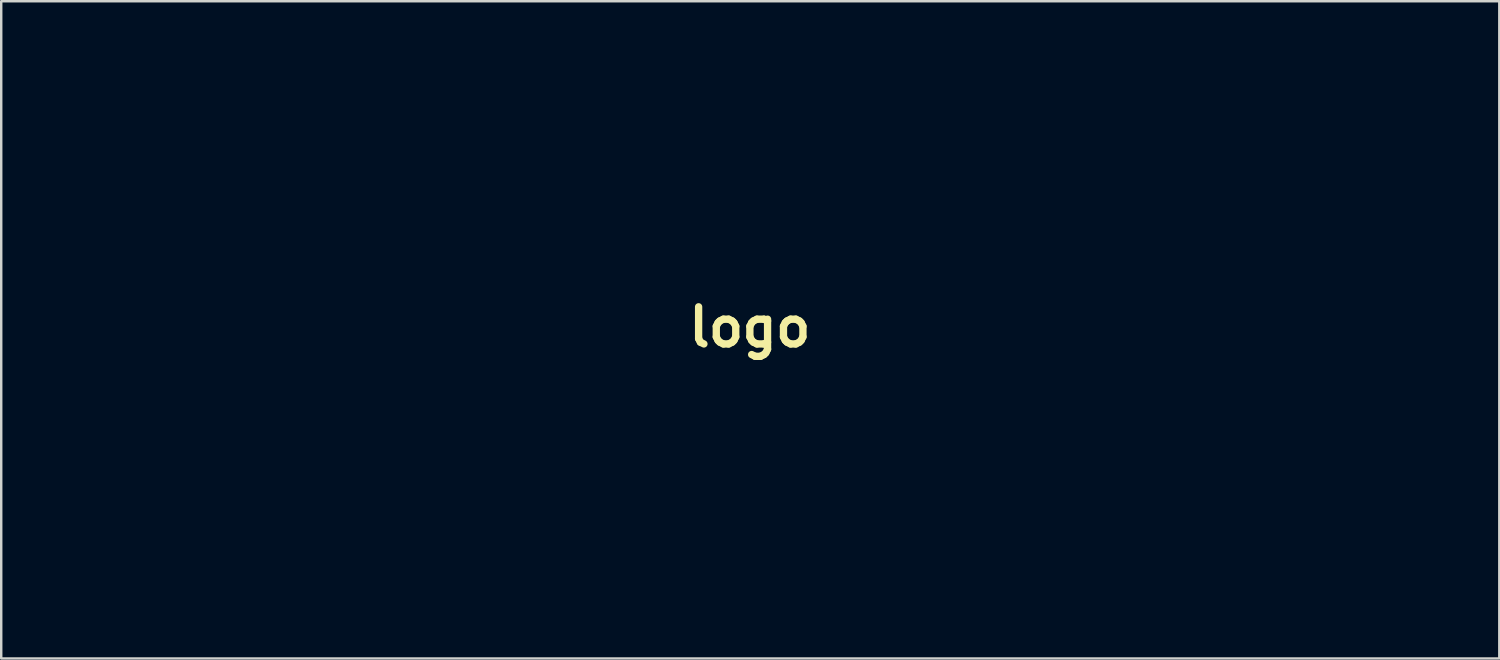
<source format=kicad_pcb>
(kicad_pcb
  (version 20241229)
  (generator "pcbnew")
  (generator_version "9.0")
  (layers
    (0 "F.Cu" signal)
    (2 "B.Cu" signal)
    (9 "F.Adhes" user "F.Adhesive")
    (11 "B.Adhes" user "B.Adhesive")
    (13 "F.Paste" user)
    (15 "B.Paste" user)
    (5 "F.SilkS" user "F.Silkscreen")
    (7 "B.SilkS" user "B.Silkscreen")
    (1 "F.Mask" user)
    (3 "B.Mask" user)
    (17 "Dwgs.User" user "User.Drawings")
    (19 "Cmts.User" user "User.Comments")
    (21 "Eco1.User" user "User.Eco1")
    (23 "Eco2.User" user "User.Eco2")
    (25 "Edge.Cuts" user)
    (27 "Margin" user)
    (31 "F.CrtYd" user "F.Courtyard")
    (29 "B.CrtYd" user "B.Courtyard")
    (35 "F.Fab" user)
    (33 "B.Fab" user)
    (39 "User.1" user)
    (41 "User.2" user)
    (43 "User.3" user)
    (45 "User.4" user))
  (footprint "logo"
    (layer "F.Cu")
    (at 27.73 10.378)
    (property "Reference" "logo" (at 0 0 0) (layer "F.SilkS") (effects (font (size 1.524 1.524) (thickness 0.3))))
    (attr through_hole)
    (fp_poly (pts (xy 25.714 -9.98) (xy 26.992 -9.193) (xy 27.606 -8.58) (xy 27.756 -8.074) (xy 27.452 -7.538) (xy 27.141 -7.222) (xy 26.475 -6.596) (xy 25.166 -7.309) (xy 23.861 -7.81) (xy 22.426 -8.027) (xy 21.056 -7.948) (xy 20.071 -7.63) (xy 19.156 -6.976) (xy 18.418 -6.118) (xy 17.981 -5.221) (xy 17.914 -4.78) (xy 18.062 -4.053) (xy 18.547 -3.398) (xy 19.426 -2.765) (xy 20.757 -2.102) (xy 21.239 -1.896) (xy 23.133 -1.03) (xy 24.549 -0.19) (xy 25.537 0.674) (xy 26.148 1.615) (xy 26.433 2.682) (xy 26.469 3.317) (xy 26.234 4.854) (xy 25.557 6.129) (xy 24.485 7.106) (xy 23.064 7.743) (xy 21.341 8.001) (xy 21.003 8.004) (xy 20.006 7.951) (xy 19.135 7.832) (xy 18.716 7.721) (xy 18.073 7.359) (xy 17.402 6.825) (xy 16.855 6.26) (xy 16.584 5.805) (xy 16.577 5.745) (xy 16.756 5.367) (xy 17.192 4.863) (xy 17.227 4.83) (xy 17.877 4.219) (xy 19.112 5.105) (xy 19.966 5.644) (xy 20.782 5.941) (xy 21.82 6.084) (xy 22.061 6.101) (xy 23.016 6.143) (xy 23.624 6.082) (xy 24.07 5.866) (xy 24.541 5.445) (xy 24.588 5.398) (xy 25.222 4.56) (xy 25.363 3.723) (xy 25.035 2.743) (xy 25.011 2.696) (xy 24.793 2.342) (xy 24.493 2.031) (xy 24.026 1.716) (xy 23.311 1.352) (xy 22.267 0.89) (xy 20.81 0.285) (xy 20.721 0.249) (xy 19.279 -0.436) (xy 18.096 -1.182) (xy 17.579 -1.619) (xy 16.971 -2.284) (xy 16.676 -2.86) (xy 16.585 -3.592) (xy 16.583 -3.912) (xy 16.825 -5.533) (xy 17.485 -6.989) (xy 18.481 -8.239) (xy 19.733 -9.242) (xy 21.163 -9.959) (xy 22.69 -10.347) (xy 24.233 -10.368) (xy 25.714 -9.98)) (stroke (width 0.01) (type solid)) (fill yes) (layer "F.Mask"))
    (fp_poly (pts (xy -17.117 -10.273) (xy -17.052 -9.936) (xy -17.022 -9.151) (xy -17.024 -8.005) (xy -17.055 -6.581) (xy -17.111 -4.966) (xy -17.19 -3.245) (xy -17.287 -1.504) (xy -17.4 0.172) (xy -17.525 1.698) (xy -17.622 2.674) (xy -17.713 3.888) (xy -17.681 4.706) (xy -17.579 5.013) (xy -17.481 5.294) (xy -17.694 5.347) (xy -18.031 5.574) (xy -18.355 6.13) (xy -18.389 6.216) (xy -19.056 7.465) (xy -20.047 8.574) (xy -21.26 9.492) (xy -22.593 10.169) (xy -23.945 10.554) (xy -25.215 10.595) (xy -26.3 10.242) (xy -26.357 10.207) (xy -27.181 9.418) (xy -27.494 8.731) (xy -26.487 8.731) (xy -26.22 9.091) (xy -26.002 9.174) (xy -25.406 9.299) (xy -24.888 9.288) (xy -24.183 9.128) (xy -23.977 9.071) (xy -23.094 8.673) (xy -22.15 8.006) (xy -21.263 7.187) (xy -20.548 6.329) (xy -20.122 5.548) (xy -20.053 5.19) (xy -20.287 5.073) (xy -20.894 5.074) (xy -21.732 5.171) (xy -22.657 5.341) (xy -23.525 5.563) (xy -24.195 5.816) (xy -24.216 5.826) (xy -25.199 6.445) (xy -25.975 7.149) (xy -26.423 7.818) (xy -26.478 8.021) (xy -26.487 8.731) (xy -27.494 8.731) (xy -27.643 8.405) (xy -27.725 7.314) (xy -27.409 6.292) (xy -26.933 5.689) (xy -25.972 4.944) (xy -24.949 4.471) (xy -23.712 4.223) (xy -22.125 4.149) (xy -19.785 4.144) (xy -19.662 3.342) (xy -19.592 2.715) (xy -19.512 1.722) (xy -19.426 0.458) (xy -19.339 -0.979) (xy -19.256 -2.495) (xy -19.182 -3.994) (xy -19.123 -5.379) (xy -19.082 -6.555) (xy -19.064 -7.425) (xy -19.076 -7.895) (xy -19.088 -7.948) (xy -19.423 -7.961) (xy -20.053 -7.788) (xy -20.801 -7.49) (xy -21.49 -7.13) (xy -21.575 -7.076) (xy -22.285 -6.349) (xy -22.856 -5.281) (xy -23.199 -4.063) (xy -23.261 -3.344) (xy -23.05 -1.748) (xy -22.407 -0.455) (xy -21.554 0.396) (xy -21.011 0.882) (xy -20.743 1.268) (xy -20.745 1.375) (xy -21.11 1.51) (xy -21.795 1.452) (xy -22.636 1.234) (xy -23.47 0.89) (xy -23.735 0.744) (xy -24.635 -0.022) (xy -25.174 -1.058) (xy -25.389 -2.446) (xy -25.397 -2.861) (xy -25.136 -4.626) (xy -24.362 -6.251) (xy -23.078 -7.73) (xy -21.291 -9.056) (xy -21.032 -9.211) (xy -20.05 -9.703) (xy -19.024 -10.086) (xy -18.094 -10.322) (xy -17.398 -10.373) (xy -17.117 -10.273)) (stroke (width 0.01) (type solid)) (fill yes) (layer "F.Mask"))
    (fp_poly (pts (xy -4.465 -8.755) (xy -3.607 -8.239) (xy -3 -7.388) (xy -2.851 -6.935) (xy -2.839 -5.741) (xy -3.357 -4.507) (xy -4.4 -3.241) (xy -4.572 -3.075) (xy -5.93 -1.806) (xy -5.5 -0.702) (xy -5.114 0.144) (xy -4.57 1.168) (xy -4.159 1.863) (xy -3.666 2.64) (xy -3.377 3.014) (xy -3.216 3.034) (xy -3.105 2.752) (xy -3.061 2.582) (xy -2.975 1.66) (xy -3.061 0.543) (xy -3.294 -0.466) (xy -3.344 -0.602) (xy -3.342 -0.972) (xy -3.013 -1.081) (xy -2.489 -0.943) (xy -1.903 -0.575) (xy -1.726 -0.413) (xy -1.18 0.488) (xy -1.098 1.599) (xy -1.478 2.865) (xy -1.761 3.405) (xy -2.452 4.585) (xy -1.062 6.183) (xy -0.426 6.942) (xy 0.026 7.537) (xy 0.219 7.865) (xy 0.216 7.894) (xy -0.045 7.817) (xy -0.612 7.504) (xy -1.224 7.112) (xy -2.004 6.556) (xy -2.631 6.057) (xy -2.896 5.802) (xy -3.145 5.59) (xy -3.481 5.573) (xy -4.051 5.772) (xy -4.628 6.033) (xy -5.554 6.398) (xy -6.42 6.634) (xy -6.822 6.682) (xy -7.997 6.441) (xy -9.109 5.785) (xy -9.986 4.819) (xy -10.089 4.651) (xy -10.609 3.269) (xy -10.608 3.097) (xy -8.706 3.097) (xy -8.435 4.146) (xy -7.945 4.956) (xy -7.431 5.328) (xy -6.431 5.451) (xy -5.317 5.143) (xy -4.868 4.901) (xy -4.255 4.518) (xy -5.027 3.529) (xy -5.623 2.696) (xy -6.267 1.694) (xy -6.557 1.203) (xy -6.986 0.455) (xy -7.307 -0.086) (xy -7.423 -0.267) (xy -7.661 -0.241) (xy -7.988 0.156) (xy -8.326 0.787) (xy -8.596 1.515) (xy -8.698 1.97) (xy -8.706 3.097) (xy -10.608 3.097) (xy -10.602 1.887) (xy -10.074 0.538) (xy -9.033 -0.745) (xy -9.023 -0.754) (xy -8.09 -1.642) (xy -8.222 -3.963) (xy -8.263 -5.335) (xy -8.259 -5.391) (xy -6.836 -5.391) (xy -6.704 -4.181) (xy -6.512 -3.389) (xy -6.368 -3.061) (xy -6.129 -3.131) (xy -5.877 -3.347) (xy -5.422 -3.898) (xy -4.988 -4.63) (xy -4.965 -4.677) (xy -4.606 -5.802) (xy -4.615 -6.796) (xy -4.989 -7.535) (xy -5.041 -7.585) (xy -5.64 -7.909) (xy -6.145 -7.777) (xy -6.53 -7.263) (xy -6.769 -6.443) (xy -6.836 -5.391) (xy -8.259 -5.391) (xy -8.194 -6.333) (xy -8.002 -7.108) (xy -7.929 -7.295) (xy -7.306 -8.206) (xy -6.438 -8.747) (xy -5.45 -8.927) (xy -4.465 -8.755)) (stroke (width 0.01) (type solid)) (fill yes) (layer "F.Mask"))
    (fp_poly (pts (xy 7.074 -8.628) (xy 7.903 -7.994) (xy 8.382 -7.061) (xy 8.452 -5.92) (xy 8.297 -5.239) (xy 7.942 -4.579) (xy 7.319 -3.768) (xy 6.66 -3.078) (xy 6.032 -2.473) (xy 5.649 -1.987) (xy 5.515 -1.506) (xy 5.633 -0.918) (xy 6.005 -0.109) (xy 6.635 1.034) (xy 6.768 1.27) (xy 7.331 2.195) (xy 7.781 2.79) (xy 8.065 2.986) (xy 8.101 2.968) (xy 8.214 2.578) (xy 8.244 1.846) (xy 8.2 0.958) (xy 8.093 0.1) (xy 7.933 -0.543) (xy 7.908 -0.602) (xy 7.89 -0.971) (xy 8.201 -1.083) (xy 8.713 -0.955) (xy 9.293 -0.602) (xy 9.504 -0.413) (xy 10.042 0.483) (xy 10.134 1.599) (xy 9.78 2.863) (xy 9.499 3.418) (xy 8.844 4.563) (xy 10.311 6.292) (xy 10.948 7.069) (xy 11.393 7.666) (xy 11.58 7.989) (xy 11.567 8.021) (xy 11.248 7.882) (xy 10.637 7.522) (xy 10.017 7.119) (xy 9.233 6.562) (xy 8.602 6.06) (xy 8.331 5.8) (xy 8.076 5.58) (xy 7.741 5.578) (xy 7.176 5.817) (xy 6.76 6.033) (xy 5.293 6.569) (xy 3.905 6.611) (xy 2.662 6.177) (xy 1.63 5.284) (xy 1.143 4.542) (xy 0.631 3.123) (xy 0.636 2.558) (xy 2.446 2.558) (xy 2.548 3.374) (xy 2.691 3.829) (xy 3.256 4.839) (xy 4.058 5.382) (xy 5.05 5.443) (xy 6.184 5.009) (xy 6.328 4.923) (xy 6.586 4.74) (xy 6.688 4.533) (xy 6.6 4.205) (xy 6.289 3.657) (xy 5.724 2.793) (xy 5.492 2.447) (xy 4.86 1.487) (xy 4.338 0.67) (xy 4.003 0.113) (xy 3.927 -0.035) (xy 3.698 -0.173) (xy 3.365 0.106) (xy 2.995 0.714) (xy 2.656 1.562) (xy 2.616 1.691) (xy 2.446 2.558) (xy 0.636 2.558) (xy 0.642 1.774) (xy 1.18 0.474) (xy 2.221 -0.769) (xy 3.169 -1.671) (xy 3.019 -3.994) (xy 3.007 -5.756) (xy 4.437 -5.756) (xy 4.481 -4.502) (xy 4.643 -3.646) (xy 4.804 -3.128) (xy 5.007 -3.068) (xy 5.387 -3.378) (xy 5.932 -4.005) (xy 6.311 -4.598) (xy 6.639 -5.617) (xy 6.635 -6.626) (xy 6.309 -7.441) (xy 6.14 -7.629) (xy 5.733 -7.948) (xy 5.429 -7.915) (xy 5.019 -7.544) (xy 4.621 -6.821) (xy 4.437 -5.756) (xy 3.007 -5.756) (xy 3.007 -5.8) (xy 3.248 -7.158) (xy 3.762 -8.1) (xy 4.569 -8.659) (xy 5.689 -8.868) (xy 5.955 -8.87) (xy 7.074 -8.628)) (stroke (width 0.01) (type solid)) (fill yes) (layer "F.Mask")))
  (gr_rect
    (start -3 -3)
    (end 58.491 23.978)
    (stroke (width 0.1) (type default))
    (fill no)
    (layer "Edge.Cuts")))
</source>
